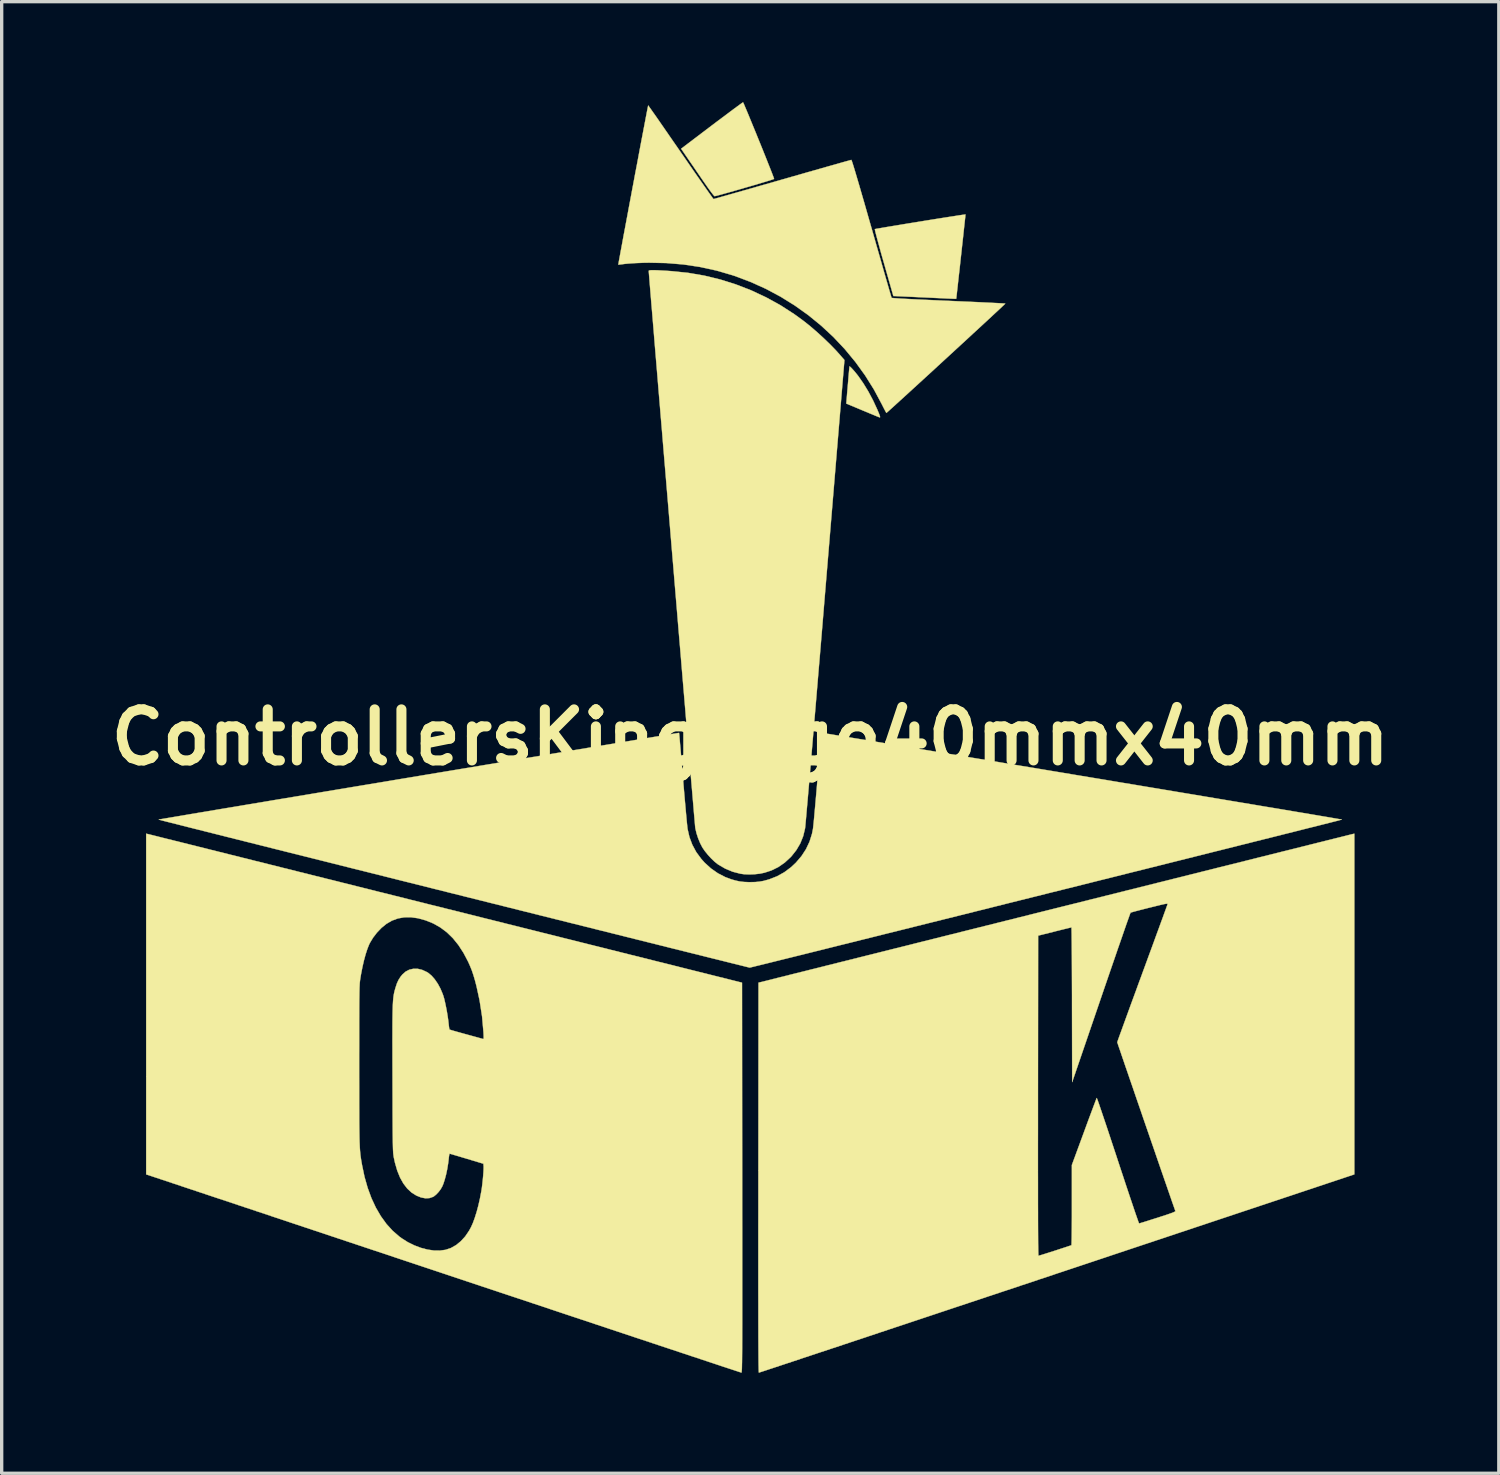
<source format=kicad_pcb>
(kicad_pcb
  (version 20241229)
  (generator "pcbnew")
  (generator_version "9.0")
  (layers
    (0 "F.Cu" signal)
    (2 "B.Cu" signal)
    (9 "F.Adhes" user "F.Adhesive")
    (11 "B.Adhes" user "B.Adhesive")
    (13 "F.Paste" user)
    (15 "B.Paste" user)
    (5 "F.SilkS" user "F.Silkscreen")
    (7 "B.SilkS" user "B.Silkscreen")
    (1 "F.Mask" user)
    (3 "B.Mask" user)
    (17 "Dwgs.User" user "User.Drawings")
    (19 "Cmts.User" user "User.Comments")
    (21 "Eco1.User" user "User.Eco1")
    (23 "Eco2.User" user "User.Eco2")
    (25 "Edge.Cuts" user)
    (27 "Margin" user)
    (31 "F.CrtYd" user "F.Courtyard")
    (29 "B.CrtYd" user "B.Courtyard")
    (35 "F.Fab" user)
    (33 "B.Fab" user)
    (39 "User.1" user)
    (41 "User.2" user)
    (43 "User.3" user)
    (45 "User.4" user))
  (footprint "ControllersKingLogo40mmx40mm"
    (layer "F.Cu")
    (at 19.348 18.962)
    (property "Reference" "ControllersKingLogo40mmx40mm" (at 0 0 0) (layer "F.SilkS") (effects (font (size 1.524 1.524) (thickness 0.3))))
    (attr through_hole)
    (fp_poly (pts (xy 2.973 -11.07) (xy 3.002 -11.045) (xy 3.043 -11.003) (xy 3.092 -10.948) (xy 3.146 -10.884) (xy 3.199 -10.818) (xy 3.22 -10.791) (xy 3.376 -10.568) (xy 3.527 -10.32) (xy 3.667 -10.056) (xy 3.792 -9.786) (xy 3.809 -9.745) (xy 3.843 -9.664) (xy 3.864 -9.608) (xy 3.874 -9.574) (xy 3.875 -9.557) (xy 3.868 -9.551) (xy 3.865 -9.551) (xy 3.847 -9.557) (xy 3.801 -9.575) (xy 3.732 -9.603) (xy 3.644 -9.64) (xy 3.539 -9.683) (xy 3.423 -9.732) (xy 3.361 -9.757) (xy 3.241 -9.808) (xy 3.131 -9.854) (xy 3.035 -9.894) (xy 2.958 -9.926) (xy 2.902 -9.95) (xy 2.872 -9.962) (xy 2.868 -9.964) (xy 2.868 -9.981) (xy 2.872 -10.026) (xy 2.877 -10.095) (xy 2.885 -10.184) (xy 2.893 -10.287) (xy 2.903 -10.4) (xy 2.913 -10.517) (xy 2.923 -10.635) (xy 2.932 -10.748) (xy 2.941 -10.852) (xy 2.949 -10.941) (xy 2.956 -11.011) (xy 2.96 -11.057) (xy 2.962 -11.074) (xy 2.973 -11.07)) (stroke (width 0.01) (type solid)) (fill yes) (layer "F.SilkS"))
    (fp_poly (pts (xy -0.207 -18.942) (xy -0.187 -18.898) (xy -0.158 -18.829) (xy -0.119 -18.737) (xy -0.072 -18.626) (xy -0.02 -18.499) (xy 0.038 -18.358) (xy 0.1 -18.207) (xy 0.165 -18.049) (xy 0.231 -17.886) (xy 0.298 -17.722) (xy 0.364 -17.559) (xy 0.427 -17.402) (xy 0.487 -17.252) (xy 0.542 -17.112) (xy 0.592 -16.987) (xy 0.635 -16.878) (xy 0.669 -16.789) (xy 0.694 -16.723) (xy 0.708 -16.682) (xy 0.711 -16.671) (xy 0.695 -16.664) (xy 0.651 -16.649) (xy 0.581 -16.626) (xy 0.489 -16.598) (xy 0.379 -16.565) (xy 0.254 -16.527) (xy 0.118 -16.487) (xy -0.025 -16.445) (xy -0.172 -16.403) (xy -0.319 -16.36) (xy -0.462 -16.319) (xy -0.599 -16.28) (xy -0.725 -16.245) (xy -0.836 -16.214) (xy -0.93 -16.188) (xy -1.002 -16.169) (xy -1.05 -16.158) (xy -1.067 -16.155) (xy -1.082 -16.169) (xy -1.114 -16.207) (xy -1.16 -16.267) (xy -1.218 -16.345) (xy -1.285 -16.439) (xy -1.358 -16.544) (xy -1.414 -16.624) (xy -1.5 -16.75) (xy -1.589 -16.879) (xy -1.675 -17.005) (xy -1.756 -17.123) (xy -1.827 -17.226) (xy -1.884 -17.31) (xy -1.9 -17.333) (xy -2.064 -17.572) (xy -1.15 -18.265) (xy -0.995 -18.382) (xy -0.848 -18.492) (xy -0.71 -18.595) (xy -0.585 -18.689) (xy -0.475 -18.771) (xy -0.381 -18.84) (xy -0.306 -18.895) (xy -0.252 -18.933) (xy -0.222 -18.954) (xy -0.216 -18.957) (xy -0.207 -18.942)) (stroke (width 0.01) (type solid)) (fill yes) (layer "F.SilkS"))
    (fp_poly (pts (xy 6.423 -15.593) (xy 6.419 -15.545) (xy 6.411 -15.471) (xy 6.4 -15.372) (xy 6.387 -15.252) (xy 6.372 -15.115) (xy 6.356 -14.963) (xy 6.338 -14.8) (xy 6.319 -14.628) (xy 6.3 -14.452) (xy 6.28 -14.274) (xy 6.261 -14.097) (xy 6.242 -13.925) (xy 6.223 -13.76) (xy 6.206 -13.607) (xy 6.191 -13.467) (xy 6.177 -13.345) (xy 6.166 -13.244) (xy 6.157 -13.166) (xy 6.151 -13.115) (xy 6.148 -13.094) (xy 6.148 -13.094) (xy 6.147 -13.093) (xy 6.145 -13.092) (xy 6.138 -13.091) (xy 6.123 -13.091) (xy 6.099 -13.092) (xy 6.062 -13.093) (xy 6.01 -13.095) (xy 5.941 -13.098) (xy 5.851 -13.102) (xy 5.738 -13.108) (xy 5.6 -13.114) (xy 5.433 -13.122) (xy 5.236 -13.131) (xy 5.199 -13.133) (xy 5.033 -13.14) (xy 4.877 -13.148) (xy 4.733 -13.154) (xy 4.605 -13.16) (xy 4.497 -13.165) (xy 4.412 -13.169) (xy 4.353 -13.172) (xy 4.325 -13.173) (xy 4.325 -13.173) (xy 4.272 -13.174) (xy 3.989 -14.166) (xy 3.938 -14.343) (xy 3.891 -14.51) (xy 3.849 -14.665) (xy 3.811 -14.804) (xy 3.778 -14.925) (xy 3.752 -15.025) (xy 3.733 -15.101) (xy 3.722 -15.151) (xy 3.719 -15.171) (xy 3.719 -15.171) (xy 3.738 -15.176) (xy 3.786 -15.185) (xy 3.862 -15.198) (xy 3.962 -15.215) (xy 4.083 -15.236) (xy 4.222 -15.259) (xy 4.376 -15.284) (xy 4.542 -15.312) (xy 4.717 -15.341) (xy 4.898 -15.37) (xy 5.082 -15.4) (xy 5.266 -15.43) (xy 5.446 -15.459) (xy 5.621 -15.487) (xy 5.786 -15.513) (xy 5.938 -15.537) (xy 6.076 -15.558) (xy 6.194 -15.577) (xy 6.292 -15.592) (xy 6.365 -15.602) (xy 6.41 -15.608) (xy 6.425 -15.61) (xy 6.423 -15.593)) (stroke (width 0.01) (type solid)) (fill yes) (layer "F.SilkS"))
    (fp_poly (pts (xy -2.77 -13.943) (xy -2.643 -13.936) (xy -2.485 -13.927) (xy -2.345 -13.917) (xy -1.857 -13.867) (xy -1.373 -13.784) (xy -0.896 -13.668) (xy -0.429 -13.521) (xy 0.028 -13.344) (xy 0.472 -13.136) (xy 0.901 -12.9) (xy 1.313 -12.634) (xy 1.592 -12.431) (xy 1.789 -12.274) (xy 1.992 -12.099) (xy 2.193 -11.915) (xy 2.386 -11.729) (xy 2.562 -11.547) (xy 2.669 -11.428) (xy 2.811 -11.264) (xy 2.236 -4.349) (xy 2.196 -3.867) (xy 2.157 -3.392) (xy 2.118 -2.926) (xy 2.08 -2.471) (xy 2.042 -2.027) (xy 2.006 -1.595) (xy 1.971 -1.177) (xy 1.937 -0.774) (xy 1.904 -0.387) (xy 1.873 -0.017) (xy 1.843 0.335) (xy 1.815 0.667) (xy 1.789 0.979) (xy 1.764 1.269) (xy 1.741 1.536) (xy 1.72 1.779) (xy 1.701 1.997) (xy 1.684 2.189) (xy 1.67 2.353) (xy 1.658 2.489) (xy 1.648 2.594) (xy 1.641 2.669) (xy 1.636 2.712) (xy 1.635 2.72) (xy 1.58 2.949) (xy 1.494 3.164) (xy 1.377 3.364) (xy 1.231 3.549) (xy 1.204 3.578) (xy 1.027 3.741) (xy 0.836 3.873) (xy 0.63 3.974) (xy 0.425 4.041) (xy 0.285 4.07) (xy 0.129 4.087) (xy -0.03 4.093) (xy -0.18 4.087) (xy -0.292 4.072) (xy -0.524 4.012) (xy -0.744 3.921) (xy -0.948 3.802) (xy -0.975 3.784) (xy -1.068 3.709) (xy -1.168 3.613) (xy -1.266 3.506) (xy -1.355 3.396) (xy -1.426 3.293) (xy -1.429 3.288) (xy -1.496 3.159) (xy -1.556 3.013) (xy -1.605 2.863) (xy -1.638 2.721) (xy -1.643 2.692) (xy -1.645 2.67) (xy -1.65 2.615) (xy -1.657 2.529) (xy -1.667 2.412) (xy -1.68 2.268) (xy -1.694 2.095) (xy -1.711 1.897) (xy -1.73 1.674) (xy -1.751 1.427) (xy -1.774 1.157) (xy -1.798 0.867) (xy -1.824 0.556) (xy -1.852 0.227) (xy -1.881 -0.12) (xy -1.912 -0.483) (xy -1.943 -0.861) (xy -1.976 -1.252) (xy -2.01 -1.656) (xy -2.045 -2.071) (xy -2.08 -2.496) (xy -2.117 -2.93) (xy -2.154 -3.371) (xy -2.191 -3.818) (xy -2.229 -4.27) (xy -2.267 -4.726) (xy -2.305 -5.184) (xy -2.344 -5.644) (xy -2.382 -6.103) (xy -2.42 -6.561) (xy -2.458 -7.017) (xy -2.496 -7.469) (xy -2.533 -7.915) (xy -2.57 -8.355) (xy -2.606 -8.788) (xy -2.641 -9.212) (xy -2.676 -9.626) (xy -2.709 -10.028) (xy -2.742 -10.418) (xy -2.773 -10.794) (xy -2.803 -11.155) (xy -2.832 -11.5) (xy -2.859 -11.827) (xy -2.884 -12.136) (xy -2.908 -12.424) (xy -2.93 -12.691) (xy -2.951 -12.935) (xy -2.969 -13.156) (xy -2.985 -13.351) (xy -2.999 -13.52) (xy -3.01 -13.662) (xy -3.019 -13.774) (xy -3.026 -13.857) (xy -3.03 -13.908) (xy -3.031 -13.927) (xy -3.022 -13.936) (xy -2.994 -13.943) (xy -2.944 -13.946) (xy -2.87 -13.946) (xy -2.77 -13.943)) (stroke (width 0.01) (type solid)) (fill yes) (layer "F.SilkS"))
    (fp_poly (pts (xy -3.036 -18.85) (xy -3.008 -18.81) (xy -2.962 -18.746) (xy -2.902 -18.66) (xy -2.827 -18.554) (xy -2.74 -18.429) (xy -2.642 -18.287) (xy -2.533 -18.13) (xy -2.416 -17.96) (xy -2.291 -17.779) (xy -2.159 -17.589) (xy -2.075 -17.467) (xy -1.94 -17.272) (xy -1.811 -17.085) (xy -1.689 -16.908) (xy -1.574 -16.743) (xy -1.468 -16.592) (xy -1.373 -16.456) (xy -1.29 -16.337) (xy -1.22 -16.238) (xy -1.164 -16.16) (xy -1.125 -16.105) (xy -1.102 -16.075) (xy -1.097 -16.07) (xy -1.079 -16.074) (xy -1.03 -16.088) (xy -0.953 -16.109) (xy -0.849 -16.139) (xy -0.721 -16.175) (xy -0.569 -16.218) (xy -0.397 -16.267) (xy -0.207 -16.321) (xy 0.001 -16.38) (xy 0.223 -16.444) (xy 0.459 -16.511) (xy 0.705 -16.581) (xy 0.958 -16.654) (xy 1.213 -16.727) (xy 1.46 -16.797) (xy 1.695 -16.865) (xy 1.918 -16.928) (xy 2.125 -16.987) (xy 2.317 -17.042) (xy 2.489 -17.09) (xy 2.64 -17.133) (xy 2.769 -17.17) (xy 2.873 -17.199) (xy 2.951 -17.22) (xy 3 -17.234) (xy 3.018 -17.238) (xy 3.026 -17.222) (xy 3.043 -17.173) (xy 3.069 -17.093) (xy 3.103 -16.982) (xy 3.146 -16.839) (xy 3.197 -16.666) (xy 3.257 -16.463) (xy 3.324 -16.231) (xy 3.4 -15.97) (xy 3.483 -15.68) (xy 3.574 -15.361) (xy 3.624 -15.188) (xy 3.697 -14.932) (xy 3.767 -14.685) (xy 3.835 -14.449) (xy 3.899 -14.226) (xy 3.958 -14.018) (xy 4.013 -13.826) (xy 4.063 -13.653) (xy 4.107 -13.501) (xy 4.144 -13.372) (xy 4.175 -13.267) (xy 4.198 -13.189) (xy 4.212 -13.14) (xy 4.218 -13.121) (xy 4.218 -13.121) (xy 4.237 -13.117) (xy 4.289 -13.112) (xy 4.374 -13.106) (xy 4.49 -13.098) (xy 4.637 -13.09) (xy 4.814 -13.081) (xy 5.022 -13.071) (xy 5.258 -13.06) (xy 5.523 -13.048) (xy 5.815 -13.035) (xy 5.917 -13.031) (xy 6.153 -13.02) (xy 6.379 -13.01) (xy 6.594 -13.001) (xy 6.794 -12.992) (xy 6.978 -12.983) (xy 7.143 -12.975) (xy 7.287 -12.968) (xy 7.408 -12.962) (xy 7.503 -12.957) (xy 7.57 -12.953) (xy 7.607 -12.95) (xy 7.614 -12.949) (xy 7.602 -12.937) (xy 7.568 -12.904) (xy 7.512 -12.851) (xy 7.436 -12.779) (xy 7.341 -12.691) (xy 7.231 -12.589) (xy 7.105 -12.472) (xy 6.967 -12.344) (xy 6.817 -12.206) (xy 6.657 -12.059) (xy 6.49 -11.904) (xy 6.316 -11.744) (xy 6.138 -11.58) (xy 5.957 -11.414) (xy 5.775 -11.246) (xy 5.594 -11.08) (xy 5.415 -10.915) (xy 5.239 -10.754) (xy 5.07 -10.599) (xy 4.908 -10.451) (xy 4.755 -10.311) (xy 4.613 -10.181) (xy 4.483 -10.063) (xy 4.368 -9.958) (xy 4.269 -9.868) (xy 4.187 -9.794) (xy 4.125 -9.738) (xy 4.084 -9.702) (xy 4.065 -9.686) (xy 4.064 -9.686) (xy 4.054 -9.7) (xy 4.032 -9.74) (xy 4 -9.801) (xy 3.961 -9.877) (xy 3.928 -9.943) (xy 3.692 -10.384) (xy 3.428 -10.806) (xy 3.137 -11.209) (xy 2.821 -11.591) (xy 2.481 -11.952) (xy 2.118 -12.289) (xy 1.734 -12.603) (xy 1.33 -12.891) (xy 0.907 -13.154) (xy 0.467 -13.389) (xy 0.01 -13.595) (xy -0.462 -13.773) (xy -0.542 -13.799) (xy -1.018 -13.937) (xy -1.503 -14.043) (xy -1.998 -14.117) (xy -2.504 -14.159) (xy -3.021 -14.17) (xy -3.167 -14.168) (xy -3.293 -14.163) (xy -3.421 -14.158) (xy -3.541 -14.151) (xy -3.647 -14.143) (xy -3.73 -14.135) (xy -3.751 -14.133) (xy -3.826 -14.123) (xy -3.886 -14.116) (xy -3.927 -14.112) (xy -3.939 -14.111) (xy -3.937 -14.128) (xy -3.929 -14.176) (xy -3.915 -14.253) (xy -3.896 -14.356) (xy -3.873 -14.483) (xy -3.845 -14.633) (xy -3.814 -14.801) (xy -3.78 -14.987) (xy -3.742 -15.188) (xy -3.702 -15.402) (xy -3.66 -15.626) (xy -3.617 -15.859) (xy -3.572 -16.097) (xy -3.527 -16.34) (xy -3.481 -16.583) (xy -3.436 -16.826) (xy -3.39 -17.065) (xy -3.346 -17.299) (xy -3.304 -17.525) (xy -3.263 -17.742) (xy -3.224 -17.946) (xy -3.188 -18.135) (xy -3.155 -18.308) (xy -3.126 -18.461) (xy -3.101 -18.593) (xy -3.08 -18.702) (xy -3.063 -18.784) (xy -3.053 -18.839) (xy -3.047 -18.863) (xy -3.047 -18.864) (xy -3.036 -18.85)) (stroke (width 0.01) (type solid)) (fill yes) (layer "F.SilkS"))
    (fp_poly (pts (xy 2.144 -0.132) (xy 2.193 -0.124) (xy 2.273 -0.111) (xy 2.383 -0.094) (xy 2.52 -0.071) (xy 2.685 -0.044) (xy 2.876 -0.013) (xy 3.091 0.023) (xy 3.33 0.062) (xy 3.591 0.105) (xy 3.872 0.151) (xy 4.173 0.201) (xy 4.492 0.254) (xy 4.828 0.31) (xy 5.179 0.368) (xy 5.545 0.429) (xy 5.924 0.492) (xy 6.316 0.557) (xy 6.717 0.624) (xy 7.128 0.692) (xy 7.547 0.762) (xy 7.973 0.833) (xy 8.405 0.904) (xy 8.841 0.977) (xy 9.28 1.05) (xy 9.72 1.124) (xy 10.161 1.197) (xy 10.602 1.27) (xy 11.04 1.344) (xy 11.475 1.416) (xy 11.905 1.488) (xy 12.33 1.559) (xy 12.748 1.629) (xy 13.157 1.697) (xy 13.556 1.764) (xy 13.945 1.829) (xy 14.321 1.892) (xy 14.685 1.953) (xy 15.033 2.011) (xy 15.365 2.067) (xy 15.681 2.119) (xy 15.977 2.169) (xy 16.255 2.216) (xy 16.511 2.259) (xy 16.744 2.298) (xy 16.955 2.334) (xy 17.14 2.365) (xy 17.299 2.392) (xy 17.431 2.415) (xy 17.535 2.433) (xy 17.608 2.445) (xy 17.651 2.453) (xy 17.661 2.455) (xy 17.645 2.46) (xy 17.597 2.472) (xy 17.519 2.493) (xy 17.411 2.52) (xy 17.275 2.555) (xy 17.112 2.596) (xy 16.923 2.644) (xy 16.709 2.697) (xy 16.471 2.757) (xy 16.211 2.823) (xy 15.93 2.893) (xy 15.629 2.969) (xy 15.308 3.049) (xy 14.97 3.134) (xy 14.615 3.223) (xy 14.245 3.316) (xy 13.86 3.412) (xy 13.462 3.512) (xy 13.052 3.615) (xy 12.632 3.72) (xy 12.201 3.828) (xy 11.762 3.938) (xy 11.316 4.049) (xy 10.863 4.163) (xy 10.405 4.277) (xy 9.943 4.393) (xy 9.479 4.509) (xy 9.012 4.625) (xy 8.546 4.742) (xy 8.08 4.858) (xy 7.615 4.974) (xy 7.154 5.09) (xy 6.697 5.204) (xy 6.246 5.317) (xy 5.8 5.428) (xy 5.363 5.537) (xy 4.934 5.644) (xy 4.515 5.749) (xy 4.107 5.85) (xy 3.712 5.949) (xy 3.33 6.044) (xy 2.962 6.136) (xy 2.61 6.223) (xy 2.275 6.307) (xy 1.958 6.386) (xy 1.661 6.46) (xy 1.383 6.529) (xy 1.128 6.592) (xy 0.894 6.65) (xy 0.685 6.702) (xy 0.501 6.748) (xy 0.342 6.787) (xy 0.211 6.819) (xy 0.109 6.844) (xy 0.036 6.862) (xy -0.006 6.872) (xy -0.017 6.874) (xy -0.035 6.87) (xy -0.084 6.858) (xy -0.165 6.838) (xy -0.276 6.81) (xy -0.416 6.775) (xy -0.583 6.734) (xy -0.778 6.685) (xy -0.999 6.63) (xy -1.246 6.569) (xy -1.516 6.501) (xy -1.81 6.428) (xy -2.127 6.349) (xy -2.464 6.265) (xy -2.822 6.175) (xy -3.2 6.081) (xy -3.596 5.982) (xy -4.01 5.878) (xy -4.441 5.771) (xy -4.887 5.659) (xy -5.348 5.544) (xy -5.822 5.426) (xy -6.31 5.304) (xy -6.809 5.179) (xy -7.32 5.051) (xy -7.84 4.921) (xy -8.369 4.789) (xy -8.852 4.668) (xy -9.388 4.534) (xy -9.917 4.401) (xy -10.435 4.272) (xy -10.944 4.144) (xy -11.442 4.019) (xy -11.928 3.898) (xy -12.4 3.779) (xy -12.859 3.664) (xy -13.303 3.553) (xy -13.731 3.446) (xy -14.142 3.343) (xy -14.535 3.244) (xy -14.91 3.15) (xy -15.265 3.061) (xy -15.6 2.977) (xy -15.913 2.898) (xy -16.203 2.825) (xy -16.47 2.758) (xy -16.713 2.697) (xy -16.93 2.642) (xy -17.121 2.593) (xy -17.285 2.552) (xy -17.42 2.518) (xy -17.526 2.491) (xy -17.603 2.471) (xy -17.648 2.459) (xy -17.661 2.455) (xy -17.645 2.452) (xy -17.596 2.443) (xy -17.517 2.43) (xy -17.407 2.411) (xy -17.27 2.388) (xy -17.105 2.36) (xy -16.915 2.328) (xy -16.7 2.291) (xy -16.462 2.251) (xy -16.201 2.208) (xy -15.92 2.16) (xy -15.62 2.11) (xy -15.301 2.057) (xy -14.965 2) (xy -14.614 1.942) (xy -14.248 1.88) (xy -13.869 1.817) (xy -13.478 1.752) (xy -13.077 1.685) (xy -12.666 1.616) (xy -12.247 1.546) (xy -11.821 1.475) (xy -11.389 1.403) (xy -10.954 1.331) (xy -10.515 1.257) (xy -10.074 1.184) (xy -9.633 1.11) (xy -9.193 1.037) (xy -8.754 0.964) (xy -8.319 0.892) (xy -7.889 0.82) (xy -7.464 0.749) (xy -7.046 0.68) (xy -6.637 0.612) (xy -6.237 0.546) (xy -5.848 0.481) (xy -5.472 0.418) (xy -5.108 0.358) (xy -4.76 0.3) (xy -4.427 0.245) (xy -4.111 0.193) (xy -3.814 0.144) (xy -3.537 0.098) (xy -3.281 0.055) (xy -3.046 0.017) (xy -2.836 -0.018) (xy -2.65 -0.048) (xy -2.49 -0.075) (xy -2.358 -0.096) (xy -2.254 -0.113) (xy -2.18 -0.125) (xy -2.137 -0.131) (xy -2.126 -0.133) (xy -2.124 -0.115) (xy -2.119 -0.067) (xy -2.112 0.01) (xy -2.103 0.114) (xy -2.092 0.241) (xy -2.079 0.389) (xy -2.065 0.556) (xy -2.049 0.738) (xy -2.033 0.934) (xy -2.016 1.141) (xy -2.008 1.228) (xy -1.991 1.443) (xy -1.973 1.651) (xy -1.956 1.85) (xy -1.939 2.036) (xy -1.924 2.207) (xy -1.91 2.359) (xy -1.898 2.49) (xy -1.887 2.597) (xy -1.879 2.677) (xy -1.873 2.727) (xy -1.872 2.735) (xy -1.816 2.979) (xy -1.73 3.208) (xy -1.613 3.425) (xy -1.464 3.628) (xy -1.362 3.742) (xy -1.173 3.914) (xy -0.967 4.058) (xy -0.746 4.172) (xy -0.567 4.239) (xy -0.432 4.277) (xy -0.311 4.303) (xy -0.188 4.317) (xy -0.05 4.323) (xy 0 4.323) (xy 0.146 4.32) (xy 0.272 4.308) (xy 0.392 4.287) (xy 0.521 4.252) (xy 0.567 4.239) (xy 0.799 4.148) (xy 1.017 4.027) (xy 1.219 3.876) (xy 1.362 3.742) (xy 1.529 3.546) (xy 1.665 3.337) (xy 1.769 3.116) (xy 1.843 2.88) (xy 1.872 2.735) (xy 1.877 2.694) (xy 1.885 2.622) (xy 1.895 2.523) (xy 1.907 2.398) (xy 1.92 2.251) (xy 1.935 2.085) (xy 1.951 1.903) (xy 1.968 1.708) (xy 1.986 1.502) (xy 2.003 1.288) (xy 2.008 1.228) (xy 2.026 1.017) (xy 2.043 0.816) (xy 2.059 0.628) (xy 2.074 0.454) (xy 2.087 0.298) (xy 2.099 0.162) (xy 2.109 0.049) (xy 2.117 -0.04) (xy 2.123 -0.1) (xy 2.126 -0.131) (xy 2.127 -0.134) (xy 2.144 -0.132)) (stroke (width 0.01) (type solid)) (fill yes) (layer "F.SilkS"))
    (fp_poly (pts (xy 18.034 13.047) (xy 9.157 16.006) (xy 8.624 16.184) (xy 8.099 16.359) (xy 7.583 16.531) (xy 7.077 16.699) (xy 6.582 16.864) (xy 6.098 17.025) (xy 5.627 17.182) (xy 5.17 17.334) (xy 4.727 17.482) (xy 4.299 17.624) (xy 3.887 17.761) (xy 3.493 17.893) (xy 3.117 18.018) (xy 2.759 18.137) (xy 2.422 18.249) (xy 2.105 18.354) (xy 1.81 18.452) (xy 1.538 18.542) (xy 1.29 18.625) (xy 1.066 18.699) (xy 0.867 18.765) (xy 0.695 18.822) (xy 0.549 18.87) (xy 0.433 18.909) (xy 0.345 18.937) (xy 0.287 18.956) (xy 0.26 18.965) (xy 0.258 18.965) (xy 0.256 18.959) (xy 0.254 18.941) (xy 0.253 18.91) (xy 0.251 18.864) (xy 0.25 18.804) (xy 0.248 18.727) (xy 0.247 18.634) (xy 0.246 18.523) (xy 0.245 18.393) (xy 0.244 18.244) (xy 0.243 18.074) (xy 0.242 17.883) (xy 0.242 17.669) (xy 0.241 17.432) (xy 0.241 17.172) (xy 0.241 16.886) (xy 0.24 16.574) (xy 0.24 16.236) (xy 0.24 15.87) (xy 0.24 15.475) (xy 0.24 15.051) (xy 0.24 14.596) (xy 0.241 14.111) (xy 0.241 13.592) (xy 0.241 13.145) (xy 0.242 12.549) (xy 8.588 12.549) (xy 8.588 12.933) (xy 8.589 13.286) (xy 8.589 13.61) (xy 8.589 13.905) (xy 8.59 14.172) (xy 8.59 14.412) (xy 8.591 14.626) (xy 8.592 14.813) (xy 8.593 14.976) (xy 8.594 15.115) (xy 8.596 15.23) (xy 8.597 15.322) (xy 8.599 15.392) (xy 8.6 15.441) (xy 8.602 15.469) (xy 8.604 15.477) (xy 8.624 15.472) (xy 8.673 15.458) (xy 8.745 15.436) (xy 8.837 15.407) (xy 8.944 15.373) (xy 9.063 15.335) (xy 9.099 15.324) (xy 9.22 15.284) (xy 9.33 15.248) (xy 9.426 15.217) (xy 9.503 15.191) (xy 9.558 15.173) (xy 9.585 15.163) (xy 9.588 15.162) (xy 9.59 15.144) (xy 9.592 15.095) (xy 9.594 15.017) (xy 9.596 14.914) (xy 9.597 14.788) (xy 9.599 14.642) (xy 9.6 14.478) (xy 9.601 14.299) (xy 9.601 14.109) (xy 9.601 13.96) (xy 9.601 12.767) (xy 9.967 11.773) (xy 10.031 11.598) (xy 10.092 11.432) (xy 10.149 11.279) (xy 10.201 11.14) (xy 10.246 11.019) (xy 10.284 10.919) (xy 10.313 10.841) (xy 10.333 10.79) (xy 10.343 10.767) (xy 10.344 10.766) (xy 10.35 10.78) (xy 10.367 10.824) (xy 10.393 10.897) (xy 10.427 10.996) (xy 10.469 11.119) (xy 10.518 11.264) (xy 10.574 11.43) (xy 10.636 11.614) (xy 10.703 11.815) (xy 10.774 12.03) (xy 10.849 12.257) (xy 10.928 12.495) (xy 10.973 12.633) (xy 11.053 12.876) (xy 11.131 13.11) (xy 11.204 13.332) (xy 11.274 13.542) (xy 11.339 13.737) (xy 11.399 13.914) (xy 11.452 14.072) (xy 11.499 14.21) (xy 11.539 14.324) (xy 11.57 14.413) (xy 11.592 14.475) (xy 11.605 14.507) (xy 11.608 14.512) (xy 11.627 14.507) (xy 11.675 14.493) (xy 11.748 14.471) (xy 11.841 14.442) (xy 11.95 14.407) (xy 12.073 14.368) (xy 12.163 14.34) (xy 12.313 14.291) (xy 12.433 14.252) (xy 12.526 14.22) (xy 12.595 14.195) (xy 12.644 14.175) (xy 12.674 14.16) (xy 12.689 14.149) (xy 12.691 14.14) (xy 12.681 14.113) (xy 12.661 14.057) (xy 12.632 13.974) (xy 12.594 13.866) (xy 12.549 13.735) (xy 12.496 13.582) (xy 12.437 13.411) (xy 12.372 13.224) (xy 12.302 13.021) (xy 12.228 12.807) (xy 12.15 12.581) (xy 12.07 12.348) (xy 11.987 12.108) (xy 11.903 11.864) (xy 11.818 11.618) (xy 11.733 11.372) (xy 11.65 11.128) (xy 11.567 10.888) (xy 11.487 10.655) (xy 11.41 10.43) (xy 11.336 10.216) (xy 11.267 10.014) (xy 11.202 9.827) (xy 11.144 9.656) (xy 11.092 9.505) (xy 11.048 9.374) (xy 11.011 9.267) (xy 10.983 9.185) (xy 10.965 9.129) (xy 10.956 9.104) (xy 10.956 9.102) (xy 10.962 9.084) (xy 10.978 9.036) (xy 11.005 8.96) (xy 11.042 8.858) (xy 11.088 8.732) (xy 11.142 8.583) (xy 11.203 8.415) (xy 11.271 8.228) (xy 11.345 8.024) (xy 11.425 7.806) (xy 11.51 7.575) (xy 11.598 7.333) (xy 11.691 7.082) (xy 11.701 7.053) (xy 11.794 6.801) (xy 11.883 6.557) (xy 11.969 6.324) (xy 12.05 6.103) (xy 12.125 5.896) (xy 12.195 5.706) (xy 12.258 5.533) (xy 12.314 5.381) (xy 12.361 5.25) (xy 12.4 5.144) (xy 12.429 5.063) (xy 12.448 5.01) (xy 12.456 4.986) (xy 12.456 4.986) (xy 12.458 4.976) (xy 12.454 4.969) (xy 12.442 4.966) (xy 12.418 4.968) (xy 12.379 4.974) (xy 12.322 4.986) (xy 12.244 5.004) (xy 12.142 5.029) (xy 12.012 5.061) (xy 11.918 5.084) (xy 11.787 5.117) (xy 11.666 5.148) (xy 11.559 5.176) (xy 11.47 5.199) (xy 11.404 5.218) (xy 11.364 5.23) (xy 11.353 5.234) (xy 11.346 5.251) (xy 11.328 5.299) (xy 11.301 5.375) (xy 11.264 5.478) (xy 11.219 5.606) (xy 11.166 5.758) (xy 11.106 5.932) (xy 11.039 6.125) (xy 10.965 6.337) (xy 10.887 6.565) (xy 10.803 6.808) (xy 10.715 7.064) (xy 10.623 7.332) (xy 10.528 7.609) (xy 10.473 7.77) (xy 9.61 10.293) (xy 9.605 7.983) (xy 9.605 7.706) (xy 9.604 7.439) (xy 9.603 7.183) (xy 9.602 6.94) (xy 9.601 6.713) (xy 9.6 6.503) (xy 9.598 6.312) (xy 9.597 6.143) (xy 9.595 5.996) (xy 9.594 5.874) (xy 9.592 5.779) (xy 9.591 5.714) (xy 9.589 5.679) (xy 9.588 5.673) (xy 9.569 5.677) (xy 9.522 5.689) (xy 9.45 5.706) (xy 9.357 5.729) (xy 9.248 5.756) (xy 9.127 5.786) (xy 9.085 5.797) (xy 8.594 5.92) (xy 8.589 10.699) (xy 8.589 11.21) (xy 8.589 11.689) (xy 8.588 12.135) (xy 8.588 12.549) (xy 0.242 12.549) (xy 0.246 7.324) (xy 9.093 5.11) (xy 9.631 4.976) (xy 10.161 4.843) (xy 10.682 4.713) (xy 11.193 4.585) (xy 11.693 4.46) (xy 12.181 4.338) (xy 12.656 4.219) (xy 13.117 4.104) (xy 13.564 3.992) (xy 13.994 3.884) (xy 14.409 3.781) (xy 14.805 3.682) (xy 15.183 3.587) (xy 15.541 3.498) (xy 15.879 3.413) (xy 16.196 3.334) (xy 16.49 3.261) (xy 16.76 3.193) (xy 17.007 3.131) (xy 17.228 3.076) (xy 17.423 3.027) (xy 17.59 2.986) (xy 17.73 2.951) (xy 17.84 2.923) (xy 17.921 2.903) (xy 17.97 2.891) (xy 17.987 2.887) (xy 18.034 2.876) (xy 18.034 13.047)) (stroke (width 0.01) (type solid)) (fill yes) (layer "F.SilkS"))
    (fp_poly (pts (xy -17.987 2.887) (xy -17.968 2.891) (xy -17.917 2.904) (xy -17.835 2.924) (xy -17.723 2.952) (xy -17.582 2.988) (xy -17.413 3.03) (xy -17.217 3.079) (xy -16.995 3.134) (xy -16.747 3.196) (xy -16.475 3.264) (xy -16.18 3.338) (xy -15.863 3.417) (xy -15.524 3.502) (xy -15.164 3.592) (xy -14.785 3.687) (xy -14.388 3.786) (xy -13.973 3.89) (xy -13.541 3.998) (xy -13.094 4.11) (xy -12.632 4.225) (xy -12.156 4.344) (xy -11.668 4.466) (xy -11.167 4.592) (xy -10.656 4.719) (xy -10.134 4.85) (xy -9.604 4.983) (xy -9.093 5.11) (xy -0.246 7.324) (xy -0.241 13.145) (xy -0.241 13.672) (xy -0.241 14.167) (xy -0.24 14.63) (xy -0.24 15.063) (xy -0.24 15.466) (xy -0.24 15.84) (xy -0.24 16.186) (xy -0.24 16.506) (xy -0.24 16.801) (xy -0.24 17.071) (xy -0.24 17.318) (xy -0.24 17.542) (xy -0.241 17.746) (xy -0.241 17.929) (xy -0.242 18.093) (xy -0.242 18.238) (xy -0.243 18.367) (xy -0.244 18.48) (xy -0.245 18.577) (xy -0.246 18.661) (xy -0.248 18.732) (xy -0.249 18.791) (xy -0.25 18.839) (xy -0.252 18.878) (xy -0.254 18.908) (xy -0.256 18.93) (xy -0.258 18.946) (xy -0.26 18.956) (xy -0.263 18.962) (xy -0.265 18.964) (xy -0.267 18.964) (xy -0.284 18.959) (xy -0.333 18.943) (xy -0.412 18.917) (xy -0.521 18.881) (xy -0.658 18.836) (xy -0.823 18.782) (xy -1.014 18.718) (xy -1.231 18.646) (xy -1.472 18.566) (xy -1.738 18.478) (xy -2.026 18.382) (xy -2.336 18.279) (xy -2.668 18.169) (xy -3.02 18.052) (xy -3.391 17.929) (xy -3.78 17.799) (xy -4.187 17.664) (xy -4.61 17.523) (xy -5.048 17.377) (xy -5.502 17.226) (xy -5.969 17.07) (xy -6.449 16.91) (xy -6.941 16.746) (xy -7.444 16.579) (xy -7.957 16.408) (xy -8.479 16.234) (xy -9.009 16.057) (xy -9.165 16.005) (xy -18.034 13.047) (xy -18.034 9.779) (xy -11.676 9.779) (xy -11.676 10.119) (xy -11.675 10.426) (xy -11.675 10.704) (xy -11.675 10.954) (xy -11.674 11.177) (xy -11.674 11.376) (xy -11.673 11.553) (xy -11.671 11.71) (xy -11.669 11.847) (xy -11.667 11.969) (xy -11.664 12.075) (xy -11.66 12.169) (xy -11.656 12.252) (xy -11.651 12.326) (xy -11.645 12.394) (xy -11.639 12.456) (xy -11.631 12.515) (xy -11.623 12.572) (xy -11.614 12.631) (xy -11.603 12.692) (xy -11.592 12.757) (xy -11.59 12.768) (xy -11.516 13.121) (xy -11.422 13.451) (xy -11.309 13.758) (xy -11.177 14.041) (xy -11.027 14.298) (xy -10.86 14.529) (xy -10.675 14.732) (xy -10.473 14.907) (xy -10.411 14.952) (xy -10.227 15.069) (xy -10.033 15.165) (xy -9.835 15.24) (xy -9.637 15.292) (xy -9.445 15.32) (xy -9.263 15.322) (xy -9.095 15.299) (xy -9.095 15.299) (xy -8.934 15.244) (xy -8.781 15.157) (xy -8.639 15.041) (xy -8.508 14.897) (xy -8.393 14.727) (xy -8.335 14.621) (xy -8.279 14.495) (xy -8.223 14.341) (xy -8.168 14.166) (xy -8.117 13.975) (xy -8.071 13.773) (xy -8.032 13.568) (xy -8.028 13.547) (xy -8.012 13.445) (xy -7.998 13.331) (xy -7.985 13.211) (xy -7.974 13.093) (xy -7.966 12.984) (xy -7.961 12.89) (xy -7.96 12.821) (xy -7.961 12.803) (xy -7.967 12.729) (xy -8.466 12.579) (xy -8.59 12.542) (xy -8.703 12.508) (xy -8.802 12.479) (xy -8.883 12.455) (xy -8.941 12.438) (xy -8.972 12.43) (xy -8.976 12.429) (xy -8.983 12.445) (xy -8.991 12.485) (xy -8.999 12.543) (xy -8.999 12.552) (xy -9.019 12.717) (xy -9.046 12.885) (xy -9.08 13.047) (xy -9.119 13.195) (xy -9.16 13.323) (xy -9.193 13.403) (xy -9.242 13.489) (xy -9.306 13.574) (xy -9.376 13.648) (xy -9.444 13.703) (xy -9.468 13.717) (xy -9.578 13.755) (xy -9.699 13.761) (xy -9.83 13.735) (xy -9.967 13.68) (xy -10.111 13.59) (xy -10.24 13.47) (xy -10.355 13.321) (xy -10.455 13.142) (xy -10.539 12.935) (xy -10.607 12.7) (xy -10.638 12.556) (xy -10.644 12.529) (xy -10.648 12.501) (xy -10.652 12.472) (xy -10.656 12.44) (xy -10.66 12.403) (xy -10.662 12.358) (xy -10.665 12.305) (xy -10.667 12.241) (xy -10.669 12.163) (xy -10.671 12.072) (xy -10.672 11.964) (xy -10.674 11.837) (xy -10.675 11.69) (xy -10.676 11.521) (xy -10.677 11.328) (xy -10.678 11.109) (xy -10.678 10.863) (xy -10.679 10.586) (xy -10.68 10.278) (xy -10.68 10.196) (xy -10.681 9.864) (xy -10.682 9.564) (xy -10.682 9.294) (xy -10.683 9.052) (xy -10.682 8.837) (xy -10.682 8.646) (xy -10.681 8.478) (xy -10.679 8.33) (xy -10.677 8.201) (xy -10.674 8.09) (xy -10.671 7.993) (xy -10.666 7.909) (xy -10.661 7.837) (xy -10.655 7.775) (xy -10.648 7.72) (xy -10.64 7.671) (xy -10.631 7.625) (xy -10.621 7.582) (xy -10.609 7.538) (xy -10.596 7.493) (xy -10.591 7.475) (xy -10.549 7.347) (xy -10.501 7.243) (xy -10.443 7.151) (xy -10.387 7.082) (xy -10.29 6.995) (xy -10.179 6.937) (xy -10.057 6.909) (xy -9.928 6.91) (xy -9.795 6.942) (xy -9.661 7.004) (xy -9.61 7.035) (xy -9.513 7.116) (xy -9.419 7.224) (xy -9.329 7.355) (xy -9.249 7.503) (xy -9.182 7.662) (xy -9.161 7.722) (xy -9.136 7.809) (xy -9.11 7.922) (xy -9.083 8.05) (xy -9.057 8.186) (xy -9.035 8.32) (xy -9.017 8.444) (xy -9.009 8.517) (xy -9 8.595) (xy -8.992 8.66) (xy -8.984 8.705) (xy -8.978 8.723) (xy -8.959 8.73) (xy -8.912 8.745) (xy -8.84 8.766) (xy -8.749 8.792) (xy -8.641 8.822) (xy -8.522 8.855) (xy -8.492 8.863) (xy -8.369 8.897) (xy -8.256 8.928) (xy -8.157 8.955) (xy -8.077 8.977) (xy -8.019 8.993) (xy -7.988 9.002) (xy -7.986 9.003) (xy -7.972 9.005) (xy -7.964 8.999) (xy -7.959 8.98) (xy -7.959 8.941) (xy -7.961 8.879) (xy -7.965 8.803) (xy -8.007 8.329) (xy -8.081 7.852) (xy -8.172 7.434) (xy -8.219 7.253) (xy -8.265 7.098) (xy -8.312 6.958) (xy -8.365 6.827) (xy -8.423 6.697) (xy -8.562 6.433) (xy -8.714 6.199) (xy -8.879 5.995) (xy -9.058 5.821) (xy -9.253 5.675) (xy -9.463 5.556) (xy -9.69 5.464) (xy -9.694 5.463) (xy -9.918 5.401) (xy -10.131 5.371) (xy -10.331 5.373) (xy -10.52 5.407) (xy -10.698 5.472) (xy -10.864 5.569) (xy -11.012 5.69) (xy -11.146 5.831) (xy -11.262 5.982) (xy -11.354 6.135) (xy -11.38 6.188) (xy -11.432 6.32) (xy -11.484 6.48) (xy -11.534 6.664) (xy -11.58 6.865) (xy -11.621 7.077) (xy -11.645 7.223) (xy -11.649 7.253) (xy -11.653 7.285) (xy -11.657 7.321) (xy -11.66 7.361) (xy -11.662 7.409) (xy -11.665 7.466) (xy -11.667 7.533) (xy -11.669 7.614) (xy -11.67 7.708) (xy -11.672 7.818) (xy -11.673 7.947) (xy -11.674 8.095) (xy -11.674 8.265) (xy -11.675 8.458) (xy -11.675 8.676) (xy -11.675 8.922) (xy -11.675 9.196) (xy -11.676 9.5) (xy -11.676 9.779) (xy -18.034 9.779) (xy -18.034 2.876) (xy -17.987 2.887)) (stroke (width 0.01) (type solid)) (fill yes) (layer "F.SilkS")))
  (gr_rect
    (start -3 -3)
    (end 41.695 40.932)
    (stroke (width 0.1) (type default))
    (fill no)
    (layer "Edge.Cuts")))
</source>
